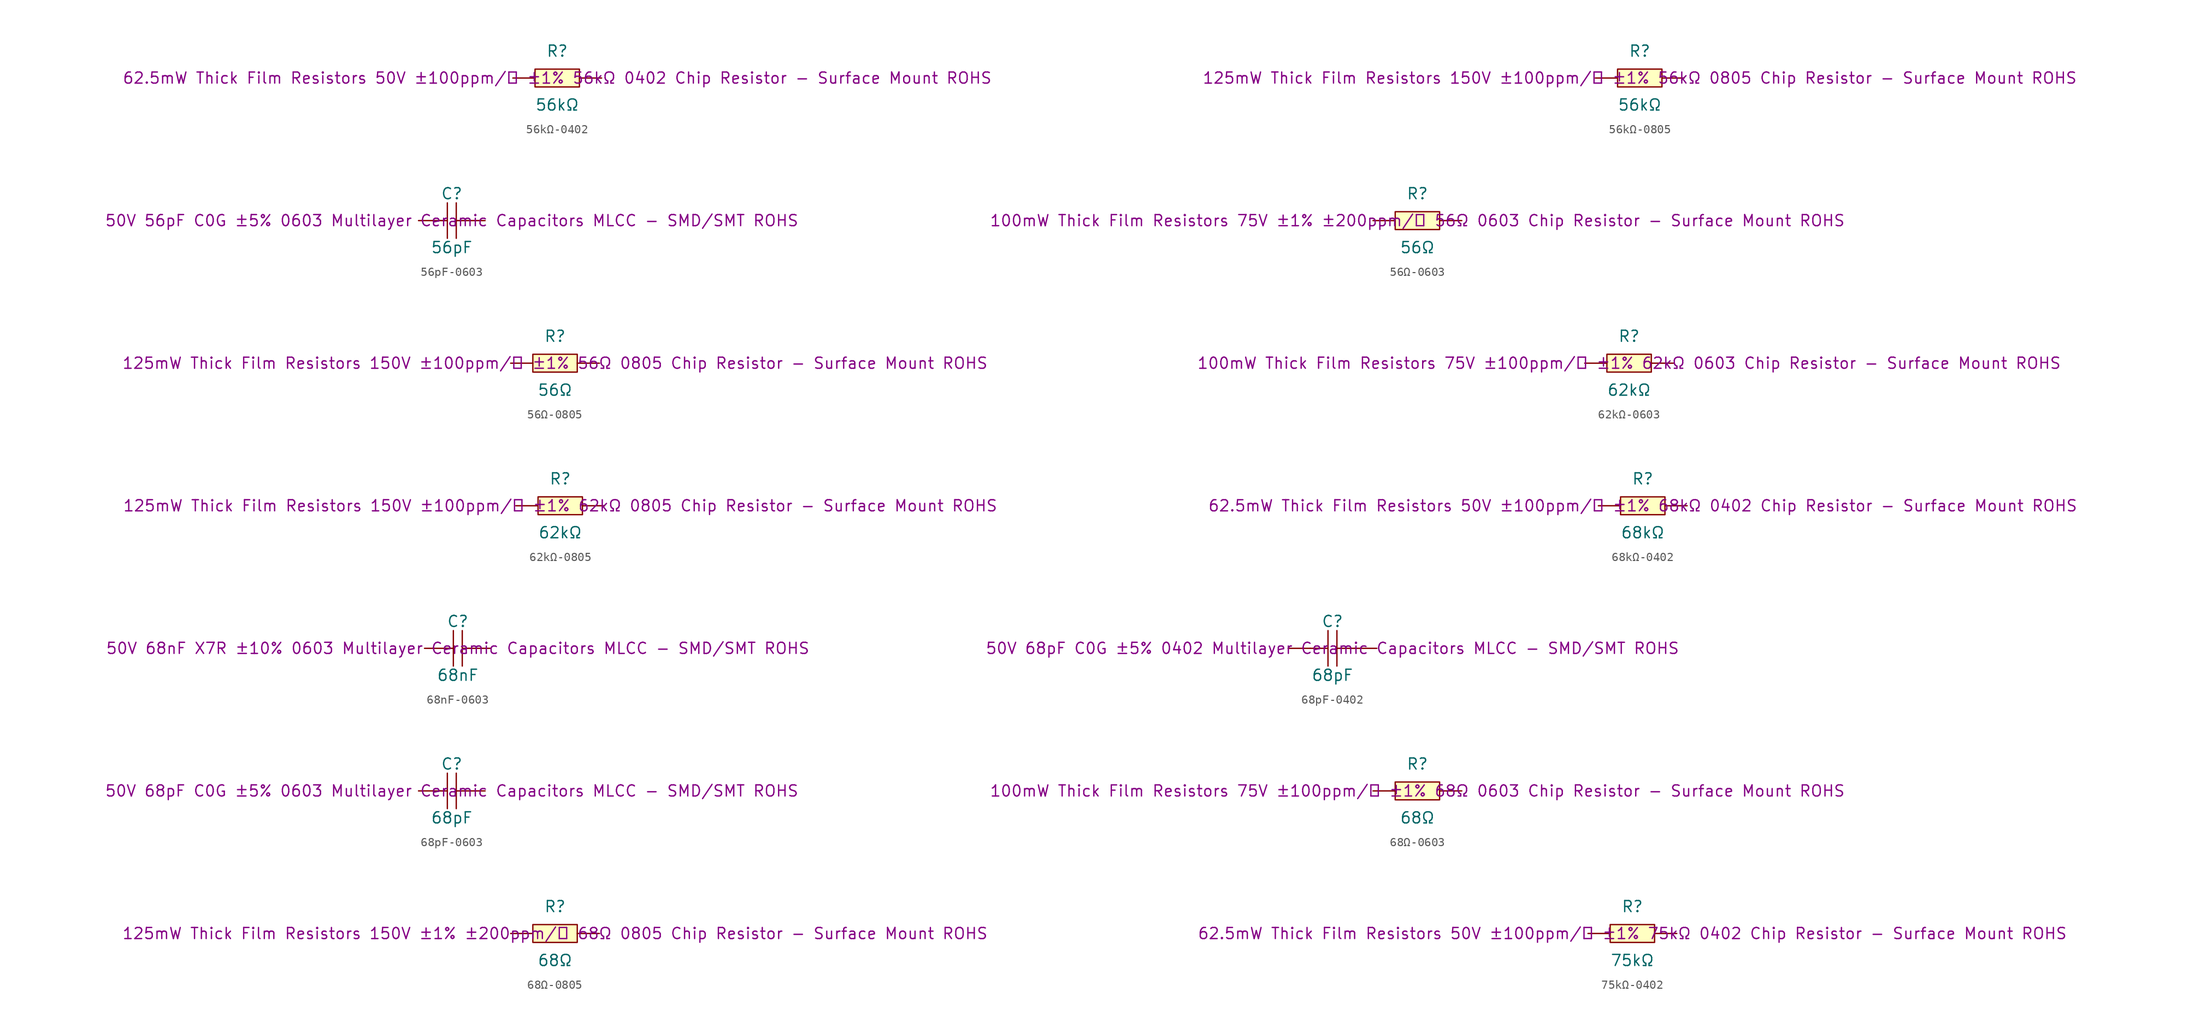
<source format=kicad_sym>
(kicad_symbol_lib
  (version 20241209)
  (generator "kicad_symbol_editor")
  (generator_version "9.0")
  (symbol "56kΩ-0402"
    (pin_numbers
      (hide yes))
    (pin_names
      (hide yes))
    (property "Reference" "R"
      (at 0 3.08 0)
      (effects (font (size 1.27 1.27))))
    (property "Value" "56kΩ"
      (at 0 -3.08 0)
      (effects (font (size 1.27 1.27))))
    (property "Description" "62.5mW Thick Film Resistors 50V ±100ppm/℃ ±1% 56kΩ 0402 Chip Resistor - Surface Mount ROHS"
      (at 0 0 0)
      (effects (font (size 1.27 1.27))))
    (symbol "56kΩ-0402_0_1"
      (rectangle (start -2.54 1.02) (end 2.54 -1.02) (stroke (width 0) (type default)) (fill (type background)))
      (pin input line (at -5.08 0 0) (length 2.54) (name "1" (effects (font (size 1.27 1.27)))) (number "1" (effects (font (size 1.27 1.27)))))
      (pin input line (at 5.08 0 180) (length 2.54) (name "2" (effects (font (size 1.27 1.27)))) (number "2" (effects (font (size 1.27 1.27)))))))
  (symbol "56kΩ-0805"
    (pin_numbers
      (hide yes))
    (pin_names
      (hide yes))
    (property "Reference" "R"
      (at 0 3.08 0)
      (effects (font (size 1.27 1.27))))
    (property "Value" "56kΩ"
      (at 0 -3.08 0)
      (effects (font (size 1.27 1.27))))
    (property "Description" "125mW Thick Film Resistors 150V ±100ppm/℃ ±1% 56kΩ 0805 Chip Resistor - Surface Mount ROHS"
      (at 0 0 0)
      (effects (font (size 1.27 1.27))))
    (symbol "56kΩ-0805_0_1"
      (rectangle (start -2.54 1.02) (end 2.54 -1.02) (stroke (width 0) (type default)) (fill (type background)))
      (pin input line (at -5.08 0 0) (length 2.54) (name "1" (effects (font (size 1.27 1.27)))) (number "1" (effects (font (size 1.27 1.27)))))
      (pin input line (at 5.08 0 180) (length 2.54) (name "2" (effects (font (size 1.27 1.27)))) (number "2" (effects (font (size 1.27 1.27)))))))
  (symbol "56pF-0603"
    (pin_numbers
      (hide yes))
    (pin_names
      (hide yes))
    (property "Reference" "C"
      (at 0 3.08 0)
      (effects (font (size 1.27 1.27))))
    (property "Value" "56pF"
      (at 0 -3.08 0)
      (effects (font (size 1.27 1.27))))
    (property "Description" "50V 56pF C0G ±5% 0603 Multilayer Ceramic Capacitors MLCC - SMD/SMT ROHS"
      (at 0 0 0)
      (effects (font (size 1.27 1.27))))
    (symbol "56pF-0603_0_1"
      (polyline (pts (xy -1.27 0) (xy -0.51 0)) (stroke (width 0) (type default)) (fill (type none)))
      (polyline (pts (xy -0.51 2.03) (xy -0.51 -2.03)) (stroke (width 0) (type default)) (fill (type none)))
      (polyline (pts (xy 0.51 2.03) (xy 0.51 -2.03)) (stroke (width 0) (type default)) (fill (type none)))
      (polyline (pts (xy 0.51 0) (xy 1.27 0)) (stroke (width 0) (type default)) (fill (type none)))
      (pin input line (at -3.81 0 0) (length 2.54) (name "1" (effects (font (size 1.27 1.27)))) (number "1" (effects (font (size 1.27 1.27)))))
      (pin input line (at 3.81 0 180) (length 2.54) (name "2" (effects (font (size 1.27 1.27)))) (number "2" (effects (font (size 1.27 1.27)))))))
  (symbol "56Ω-0603"
    (pin_numbers
      (hide yes))
    (pin_names
      (hide yes))
    (property "Reference" "R"
      (at 0 3.08 0)
      (effects (font (size 1.27 1.27))))
    (property "Value" "56Ω"
      (at 0 -3.08 0)
      (effects (font (size 1.27 1.27))))
    (property "Description" "100mW Thick Film Resistors 75V ±1% ±200ppm/℃ 56Ω 0603 Chip Resistor - Surface Mount ROHS"
      (at 0 0 0)
      (effects (font (size 1.27 1.27))))
    (symbol "56Ω-0603_0_1"
      (rectangle (start -2.54 1.02) (end 2.54 -1.02) (stroke (width 0) (type default)) (fill (type background)))
      (pin input line (at -5.08 0 0) (length 2.54) (name "1" (effects (font (size 1.27 1.27)))) (number "1" (effects (font (size 1.27 1.27)))))
      (pin input line (at 5.08 0 180) (length 2.54) (name "2" (effects (font (size 1.27 1.27)))) (number "2" (effects (font (size 1.27 1.27)))))))
  (symbol "56Ω-0805"
    (pin_numbers
      (hide yes))
    (pin_names
      (hide yes))
    (property "Reference" "R"
      (at 0 3.08 0)
      (effects (font (size 1.27 1.27))))
    (property "Value" "56Ω"
      (at 0 -3.08 0)
      (effects (font (size 1.27 1.27))))
    (property "Description" "125mW Thick Film Resistors 150V ±100ppm/℃ ±1% 56Ω 0805 Chip Resistor - Surface Mount ROHS"
      (at 0 0 0)
      (effects (font (size 1.27 1.27))))
    (symbol "56Ω-0805_0_1"
      (rectangle (start -2.54 1.02) (end 2.54 -1.02) (stroke (width 0) (type default)) (fill (type background)))
      (pin input line (at -5.08 0 0) (length 2.54) (name "1" (effects (font (size 1.27 1.27)))) (number "1" (effects (font (size 1.27 1.27)))))
      (pin input line (at 5.08 0 180) (length 2.54) (name "2" (effects (font (size 1.27 1.27)))) (number "2" (effects (font (size 1.27 1.27)))))))
  (symbol "62kΩ-0603"
    (pin_numbers
      (hide yes))
    (pin_names
      (hide yes))
    (property "Reference" "R"
      (at 0 3.08 0)
      (effects (font (size 1.27 1.27))))
    (property "Value" "62kΩ"
      (at 0 -3.08 0)
      (effects (font (size 1.27 1.27))))
    (property "Description" "100mW Thick Film Resistors 75V ±100ppm/℃ ±1% 62kΩ 0603 Chip Resistor - Surface Mount ROHS"
      (at 0 0 0)
      (effects (font (size 1.27 1.27))))
    (symbol "62kΩ-0603_0_1"
      (rectangle (start -2.54 1.02) (end 2.54 -1.02) (stroke (width 0) (type default)) (fill (type background)))
      (pin input line (at -5.08 0 0) (length 2.54) (name "1" (effects (font (size 1.27 1.27)))) (number "1" (effects (font (size 1.27 1.27)))))
      (pin input line (at 5.08 0 180) (length 2.54) (name "2" (effects (font (size 1.27 1.27)))) (number "2" (effects (font (size 1.27 1.27)))))))
  (symbol "62kΩ-0805"
    (pin_numbers
      (hide yes))
    (pin_names
      (hide yes))
    (property "Reference" "R"
      (at 0 3.08 0)
      (effects (font (size 1.27 1.27))))
    (property "Value" "62kΩ"
      (at 0 -3.08 0)
      (effects (font (size 1.27 1.27))))
    (property "Description" "125mW Thick Film Resistors 150V ±100ppm/℃ ±1% 62kΩ 0805 Chip Resistor - Surface Mount ROHS"
      (at 0 0 0)
      (effects (font (size 1.27 1.27))))
    (symbol "62kΩ-0805_0_1"
      (rectangle (start -2.54 1.02) (end 2.54 -1.02) (stroke (width 0) (type default)) (fill (type background)))
      (pin input line (at -5.08 0 0) (length 2.54) (name "1" (effects (font (size 1.27 1.27)))) (number "1" (effects (font (size 1.27 1.27)))))
      (pin input line (at 5.08 0 180) (length 2.54) (name "2" (effects (font (size 1.27 1.27)))) (number "2" (effects (font (size 1.27 1.27)))))))
  (symbol "68kΩ-0402"
    (pin_numbers
      (hide yes))
    (pin_names
      (hide yes))
    (property "Reference" "R"
      (at 0 3.08 0)
      (effects (font (size 1.27 1.27))))
    (property "Value" "68kΩ"
      (at 0 -3.08 0)
      (effects (font (size 1.27 1.27))))
    (property "Description" "62.5mW Thick Film Resistors 50V ±100ppm/℃ ±1% 68kΩ 0402 Chip Resistor - Surface Mount ROHS"
      (at 0 0 0)
      (effects (font (size 1.27 1.27))))
    (symbol "68kΩ-0402_0_1"
      (rectangle (start -2.54 1.02) (end 2.54 -1.02) (stroke (width 0) (type default)) (fill (type background)))
      (pin input line (at -5.08 0 0) (length 2.54) (name "1" (effects (font (size 1.27 1.27)))) (number "1" (effects (font (size 1.27 1.27)))))
      (pin input line (at 5.08 0 180) (length 2.54) (name "2" (effects (font (size 1.27 1.27)))) (number "2" (effects (font (size 1.27 1.27)))))))
  (symbol "68nF-0603"
    (pin_numbers
      (hide yes))
    (pin_names
      (hide yes))
    (property "Reference" "C"
      (at 0 3.08 0)
      (effects (font (size 1.27 1.27))))
    (property "Value" "68nF"
      (at 0 -3.08 0)
      (effects (font (size 1.27 1.27))))
    (property "Description" "50V 68nF X7R ±10% 0603 Multilayer Ceramic Capacitors MLCC - SMD/SMT ROHS"
      (at 0 0 0)
      (effects (font (size 1.27 1.27))))
    (symbol "68nF-0603_0_1"
      (polyline (pts (xy -1.27 0) (xy -0.51 0)) (stroke (width 0) (type default)) (fill (type none)))
      (polyline (pts (xy -0.51 2.03) (xy -0.51 -2.03)) (stroke (width 0) (type default)) (fill (type none)))
      (polyline (pts (xy 0.51 2.03) (xy 0.51 -2.03)) (stroke (width 0) (type default)) (fill (type none)))
      (polyline (pts (xy 0.51 0) (xy 1.27 0)) (stroke (width 0) (type default)) (fill (type none)))
      (pin input line (at -3.81 0 0) (length 2.54) (name "1" (effects (font (size 1.27 1.27)))) (number "1" (effects (font (size 1.27 1.27)))))
      (pin input line (at 3.81 0 180) (length 2.54) (name "2" (effects (font (size 1.27 1.27)))) (number "2" (effects (font (size 1.27 1.27)))))))
  (symbol "68pF-0402"
    (pin_numbers
      (hide yes))
    (pin_names
      (hide yes))
    (property "Reference" "C"
      (at 0 3.08 0)
      (effects (font (size 1.27 1.27))))
    (property "Value" "68pF"
      (at 0 -3.08 0)
      (effects (font (size 1.27 1.27))))
    (property "Description" "50V 68pF C0G ±5% 0402 Multilayer Ceramic Capacitors MLCC - SMD/SMT ROHS"
      (at 0 0 0)
      (effects (font (size 1.27 1.27))))
    (symbol "68pF-0402_0_1"
      (polyline (pts (xy -0.51 0) (xy -2.54 0)) (stroke (width 0) (type default)) (fill (type none)))
      (polyline (pts (xy -0.51 -2.03) (xy -0.51 2.03)) (stroke (width 0) (type default)) (fill (type none)))
      (polyline (pts (xy 0.51 2.03) (xy 0.51 -2.03)) (stroke (width 0) (type default)) (fill (type none)))
      (polyline (pts (xy 2.54 0) (xy 0.51 0)) (stroke (width 0) (type default)) (fill (type none)))
      (pin unspecified line (at -5.08 0 0) (length 2.54) (name "1" (effects (font (size 1.27 1.27)))) (number "1" (effects (font (size 1.27 1.27)))))
      (pin unspecified line (at 5.08 0 180) (length 2.54) (name "2" (effects (font (size 1.27 1.27)))) (number "2" (effects (font (size 1.27 1.27)))))))
  (symbol "68pF-0603"
    (pin_numbers
      (hide yes))
    (pin_names
      (hide yes))
    (property "Reference" "C"
      (at 0 3.08 0)
      (effects (font (size 1.27 1.27))))
    (property "Value" "68pF"
      (at 0 -3.08 0)
      (effects (font (size 1.27 1.27))))
    (property "Description" "50V 68pF C0G ±5% 0603 Multilayer Ceramic Capacitors MLCC - SMD/SMT ROHS"
      (at 0 0 0)
      (effects (font (size 1.27 1.27))))
    (symbol "68pF-0603_0_1"
      (polyline (pts (xy -1.27 0) (xy -0.51 0)) (stroke (width 0) (type default)) (fill (type none)))
      (polyline (pts (xy -0.51 2.03) (xy -0.51 -2.03)) (stroke (width 0) (type default)) (fill (type none)))
      (polyline (pts (xy 0.51 2.03) (xy 0.51 -2.03)) (stroke (width 0) (type default)) (fill (type none)))
      (polyline (pts (xy 0.51 0) (xy 1.27 0)) (stroke (width 0) (type default)) (fill (type none)))
      (pin input line (at -3.81 0 0) (length 2.54) (name "1" (effects (font (size 1.27 1.27)))) (number "1" (effects (font (size 1.27 1.27)))))
      (pin input line (at 3.81 0 180) (length 2.54) (name "2" (effects (font (size 1.27 1.27)))) (number "2" (effects (font (size 1.27 1.27)))))))
  (symbol "68Ω-0603"
    (pin_numbers
      (hide yes))
    (pin_names
      (hide yes))
    (property "Reference" "R"
      (at 0 3.08 0)
      (effects (font (size 1.27 1.27))))
    (property "Value" "68Ω"
      (at 0 -3.08 0)
      (effects (font (size 1.27 1.27))))
    (property "Description" "100mW Thick Film Resistors 75V ±100ppm/℃ ±1% 68Ω 0603 Chip Resistor - Surface Mount ROHS"
      (at 0 0 0)
      (effects (font (size 1.27 1.27))))
    (symbol "68Ω-0603_0_1"
      (rectangle (start -2.54 1.02) (end 2.54 -1.02) (stroke (width 0) (type default)) (fill (type background)))
      (pin input line (at -5.08 0 0) (length 2.54) (name "1" (effects (font (size 1.27 1.27)))) (number "1" (effects (font (size 1.27 1.27)))))
      (pin input line (at 5.08 0 180) (length 2.54) (name "2" (effects (font (size 1.27 1.27)))) (number "2" (effects (font (size 1.27 1.27)))))))
  (symbol "68Ω-0805"
    (pin_numbers
      (hide yes))
    (pin_names
      (hide yes))
    (property "Reference" "R"
      (at 0 3.08 0)
      (effects (font (size 1.27 1.27))))
    (property "Value" "68Ω"
      (at 0 -3.08 0)
      (effects (font (size 1.27 1.27))))
    (property "Description" "125mW Thick Film Resistors 150V ±1% ±200ppm/℃ 68Ω 0805 Chip Resistor - Surface Mount ROHS"
      (at 0 0 0)
      (effects (font (size 1.27 1.27))))
    (symbol "68Ω-0805_0_1"
      (rectangle (start -2.54 1.02) (end 2.54 -1.02) (stroke (width 0) (type default)) (fill (type background)))
      (pin input line (at -5.08 0 0) (length 2.54) (name "1" (effects (font (size 1.27 1.27)))) (number "1" (effects (font (size 1.27 1.27)))))
      (pin input line (at 5.08 0 180) (length 2.54) (name "2" (effects (font (size 1.27 1.27)))) (number "2" (effects (font (size 1.27 1.27)))))))
  (symbol "75kΩ-0402"
    (pin_numbers
      (hide yes))
    (pin_names
      (hide yes))
    (property "Reference" "R"
      (at 0 3.08 0)
      (effects (font (size 1.27 1.27))))
    (property "Value" "75kΩ"
      (at 0 -3.08 0)
      (effects (font (size 1.27 1.27))))
    (property "Description" "62.5mW Thick Film Resistors 50V ±100ppm/℃ ±1% 75kΩ 0402 Chip Resistor - Surface Mount ROHS"
      (at 0 0 0)
      (effects (font (size 1.27 1.27))))
    (symbol "75kΩ-0402_0_1"
      (rectangle (start -2.54 1.02) (end 2.54 -1.02) (stroke (width 0) (type default)) (fill (type background)))
      (pin input line (at -5.08 0 0) (length 2.54) (name "1" (effects (font (size 1.27 1.27)))) (number "1" (effects (font (size 1.27 1.27)))))
      (pin input line (at 5.08 0 180) (length 2.54) (name "2" (effects (font (size 1.27 1.27)))) (number "2" (effects (font (size 1.27 1.27))))))))
</source>
